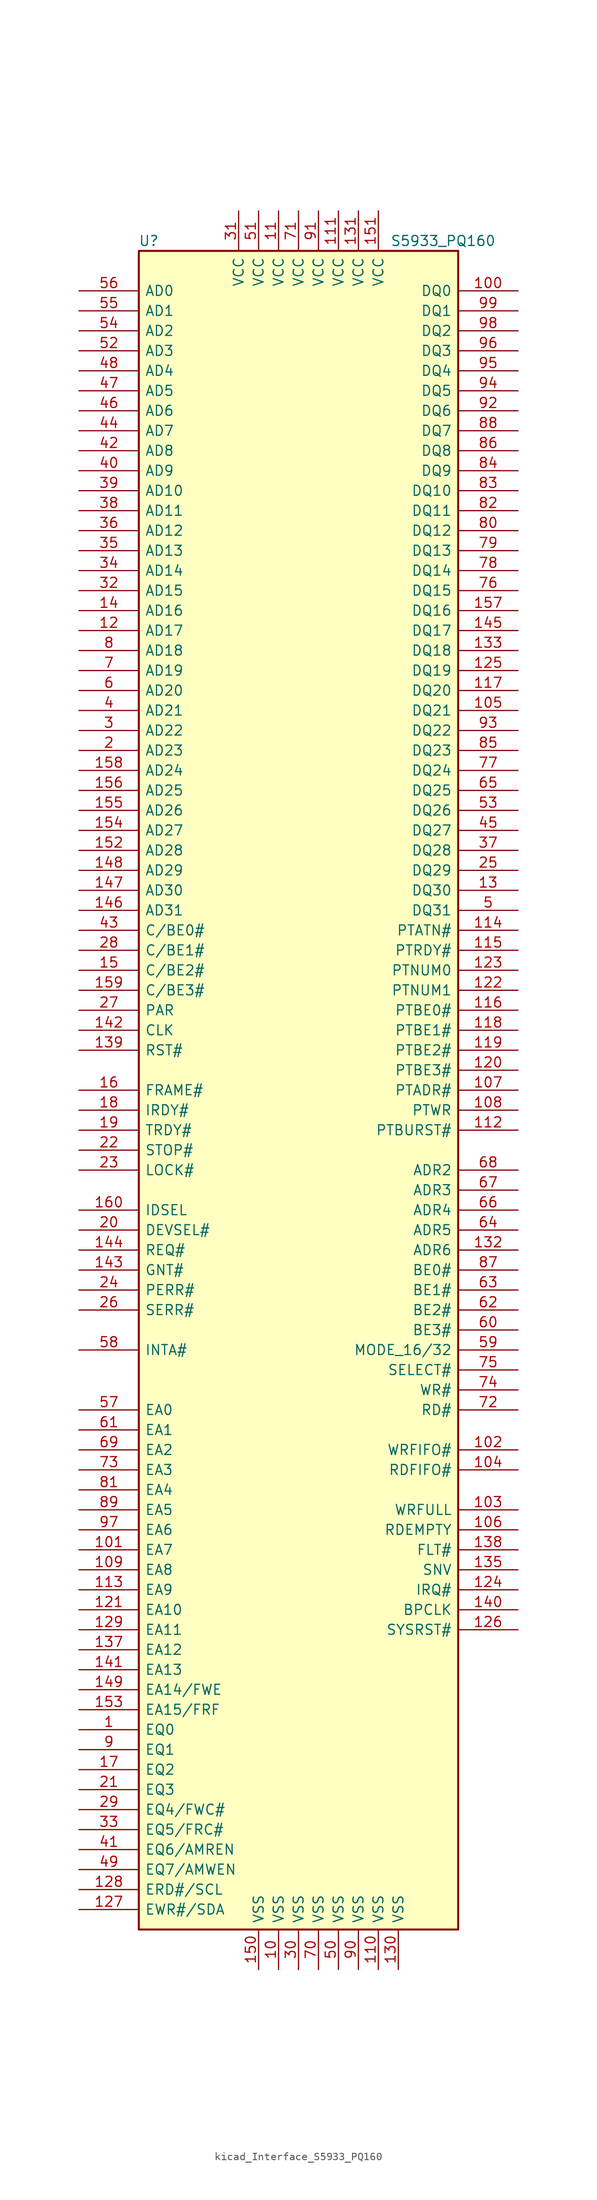
<source format=kicad_sym>
(kicad_symbol_lib
  (version 20220914)
  (generator kicad_symbol_editor)
  (symbol "kicad_Interface_S5933_PQ160"
    (pin_names
      (offset 0.762))
    (property "Reference" "U"
      (at -19.05 107.95 0)
      (effects (font (size 1.27 1.27))))
    (property "Value" "S5933_PQ160"
      (at 11.684 107.95 0)
      (effects (font (size 1.27 1.27)) (justify left)))
    (symbol "kicad_Interface_S5933_PQ160_0_0"
      (pin power_in line (at -2.54 -111.76 90) (length 5.08) (name "VSS" (effects (font (size 1.27 1.27)))) (number "10" (effects (font (size 1.27 1.27)))))
      (pin power_in line (at 10.16 -111.76 90) (length 5.08) (name "VSS" (effects (font (size 1.27 1.27)))) (number "110" (effects (font (size 1.27 1.27)))))
      (pin power_in line (at 5.08 111.76 270) (length 5.08) (name "VCC" (effects (font (size 1.27 1.27)))) (number "111" (effects (font (size 1.27 1.27)))))
      (pin power_in line (at 12.7 -111.76 90) (length 5.08) (name "VSS" (effects (font (size 1.27 1.27)))) (number "130" (effects (font (size 1.27 1.27)))))
      (pin power_in line (at 7.62 111.76 270) (length 5.08) (name "VCC" (effects (font (size 1.27 1.27)))) (number "131" (effects (font (size 1.27 1.27)))))
      (pin power_in line (at -5.08 -111.76 90) (length 5.08) (name "VSS" (effects (font (size 1.27 1.27)))) (number "150" (effects (font (size 1.27 1.27)))))
      (pin power_in line (at 10.16 111.76 270) (length 5.08) (name "VCC" (effects (font (size 1.27 1.27)))) (number "151" (effects (font (size 1.27 1.27)))))
      (pin power_in line (at 0 -111.76 90) (length 5.08) (name "VSS" (effects (font (size 1.27 1.27)))) (number "30" (effects (font (size 1.27 1.27)))))
      (pin power_in line (at -7.62 111.76 270) (length 5.08) (name "VCC" (effects (font (size 1.27 1.27)))) (number "31" (effects (font (size 1.27 1.27)))))
      (pin power_in line (at 5.08 -111.76 90) (length 5.08) (name "VSS" (effects (font (size 1.27 1.27)))) (number "50" (effects (font (size 1.27 1.27)))))
      (pin power_in line (at -5.08 111.76 270) (length 5.08) (name "VCC" (effects (font (size 1.27 1.27)))) (number "51" (effects (font (size 1.27 1.27)))))
      (pin power_in line (at 2.54 -111.76 90) (length 5.08) (name "VSS" (effects (font (size 1.27 1.27)))) (number "70" (effects (font (size 1.27 1.27)))))
      (pin power_in line (at 0 111.76 270) (length 5.08) (name "VCC" (effects (font (size 1.27 1.27)))) (number "71" (effects (font (size 1.27 1.27)))))
      (pin power_in line (at 7.62 -111.76 90) (length 5.08) (name "VSS" (effects (font (size 1.27 1.27)))) (number "90" (effects (font (size 1.27 1.27)))))
      (pin power_in line (at 2.54 111.76 270) (length 5.08) (name "VCC" (effects (font (size 1.27 1.27)))) (number "91" (effects (font (size 1.27 1.27))))))
    (symbol "kicad_Interface_S5933_PQ160_0_1"
      (rectangle (start -20.32 106.68) (end 20.32 -106.68) (stroke (width 0.254) (type default)) (fill (type background))))
    (symbol "kicad_Interface_S5933_PQ160_1_0"
      (pin power_in line (at -2.54 111.76 270) (length 5.08) (name "VCC" (effects (font (size 1.27 1.27)))) (number "11" (effects (font (size 1.27 1.27))))))
    (symbol "kicad_Interface_S5933_PQ160_1_1"
      (pin bidirectional line (at -27.94 -81.28 0) (length 7.62) (name "EQ0" (effects (font (size 1.27 1.27)))) (number "1" (effects (font (size 1.27 1.27)))))
      (pin bidirectional line (at 27.94 101.6 180) (length 7.62) (name "DQ0" (effects (font (size 1.27 1.27)))) (number "100" (effects (font (size 1.27 1.27)))))
      (pin bidirectional line (at -27.94 -58.42 0) (length 7.62) (name "EA7" (effects (font (size 1.27 1.27)))) (number "101" (effects (font (size 1.27 1.27)))))
      (pin input line (at 27.94 -45.72 180) (length 7.62) (name "WRFIFO#" (effects (font (size 1.27 1.27)))) (number "102" (effects (font (size 1.27 1.27)))))
      (pin output line (at 27.94 -53.34 180) (length 7.62) (name "WRFULL" (effects (font (size 1.27 1.27)))) (number "103" (effects (font (size 1.27 1.27)))))
      (pin input line (at 27.94 -48.26 180) (length 7.62) (name "RDFIFO#" (effects (font (size 1.27 1.27)))) (number "104" (effects (font (size 1.27 1.27)))))
      (pin bidirectional line (at 27.94 48.26 180) (length 7.62) (name "DQ21" (effects (font (size 1.27 1.27)))) (number "105" (effects (font (size 1.27 1.27)))))
      (pin output line (at 27.94 -55.88 180) (length 7.62) (name "RDEMPTY" (effects (font (size 1.27 1.27)))) (number "106" (effects (font (size 1.27 1.27)))))
      (pin input line (at 27.94 0 180) (length 7.62) (name "PTADR#" (effects (font (size 1.27 1.27)))) (number "107" (effects (font (size 1.27 1.27)))))
      (pin output line (at 27.94 -2.54 180) (length 7.62) (name "PTWR" (effects (font (size 1.27 1.27)))) (number "108" (effects (font (size 1.27 1.27)))))
      (pin bidirectional line (at -27.94 -60.96 0) (length 7.62) (name "EA8" (effects (font (size 1.27 1.27)))) (number "109" (effects (font (size 1.27 1.27)))))
      (pin output line (at 27.94 -5.08 180) (length 7.62) (name "PTBURST#" (effects (font (size 1.27 1.27)))) (number "112" (effects (font (size 1.27 1.27)))))
      (pin output line (at -27.94 -63.5 0) (length 7.62) (name "EA9" (effects (font (size 1.27 1.27)))) (number "113" (effects (font (size 1.27 1.27)))))
      (pin output line (at 27.94 20.32 180) (length 7.62) (name "PTATN#" (effects (font (size 1.27 1.27)))) (number "114" (effects (font (size 1.27 1.27)))))
      (pin input line (at 27.94 17.78 180) (length 7.62) (name "PTRDY#" (effects (font (size 1.27 1.27)))) (number "115" (effects (font (size 1.27 1.27)))))
      (pin output line (at 27.94 10.16 180) (length 7.62) (name "PTBE0#" (effects (font (size 1.27 1.27)))) (number "116" (effects (font (size 1.27 1.27)))))
      (pin bidirectional line (at 27.94 50.8 180) (length 7.62) (name "DQ20" (effects (font (size 1.27 1.27)))) (number "117" (effects (font (size 1.27 1.27)))))
      (pin output line (at 27.94 7.62 180) (length 7.62) (name "PTBE1#" (effects (font (size 1.27 1.27)))) (number "118" (effects (font (size 1.27 1.27)))))
      (pin output line (at 27.94 5.08 180) (length 7.62) (name "PTBE2#" (effects (font (size 1.27 1.27)))) (number "119" (effects (font (size 1.27 1.27)))))
      (pin bidirectional line (at -27.94 58.42 0) (length 7.62) (name "AD17" (effects (font (size 1.27 1.27)))) (number "12" (effects (font (size 1.27 1.27)))))
      (pin output line (at 27.94 2.54 180) (length 7.62) (name "PTBE3#" (effects (font (size 1.27 1.27)))) (number "120" (effects (font (size 1.27 1.27)))))
      (pin output line (at -27.94 -66.04 0) (length 7.62) (name "EA10" (effects (font (size 1.27 1.27)))) (number "121" (effects (font (size 1.27 1.27)))))
      (pin output line (at 27.94 12.7 180) (length 7.62) (name "PTNUM1" (effects (font (size 1.27 1.27)))) (number "122" (effects (font (size 1.27 1.27)))))
      (pin output line (at 27.94 15.24 180) (length 7.62) (name "PTNUM0" (effects (font (size 1.27 1.27)))) (number "123" (effects (font (size 1.27 1.27)))))
      (pin output line (at 27.94 -63.5 180) (length 7.62) (name "IRQ#" (effects (font (size 1.27 1.27)))) (number "124" (effects (font (size 1.27 1.27)))))
      (pin bidirectional line (at 27.94 53.34 180) (length 7.62) (name "DQ19" (effects (font (size 1.27 1.27)))) (number "125" (effects (font (size 1.27 1.27)))))
      (pin output line (at 27.94 -68.58 180) (length 7.62) (name "SYSRST#" (effects (font (size 1.27 1.27)))) (number "126" (effects (font (size 1.27 1.27)))))
      (pin bidirectional line (at -27.94 -104.14 0) (length 7.62) (name "EWR#/SDA" (effects (font (size 1.27 1.27)))) (number "127" (effects (font (size 1.27 1.27)))))
      (pin output line (at -27.94 -101.6 0) (length 7.62) (name "ERD#/SCL" (effects (font (size 1.27 1.27)))) (number "128" (effects (font (size 1.27 1.27)))))
      (pin output line (at -27.94 -68.58 0) (length 7.62) (name "EA11" (effects (font (size 1.27 1.27)))) (number "129" (effects (font (size 1.27 1.27)))))
      (pin bidirectional line (at 27.94 25.4 180) (length 7.62) (name "DQ30" (effects (font (size 1.27 1.27)))) (number "13" (effects (font (size 1.27 1.27)))))
      (pin input line (at 27.94 -20.32 180) (length 7.62) (name "ADR6" (effects (font (size 1.27 1.27)))) (number "132" (effects (font (size 1.27 1.27)))))
      (pin bidirectional line (at 27.94 55.88 180) (length 7.62) (name "DQ18" (effects (font (size 1.27 1.27)))) (number "133" (effects (font (size 1.27 1.27)))))
      (pin input line (at 27.94 -60.96 180) (length 7.62) (name "SNV" (effects (font (size 1.27 1.27)))) (number "135" (effects (font (size 1.27 1.27)))))
      (pin output line (at -27.94 -71.12 0) (length 7.62) (name "EA12" (effects (font (size 1.27 1.27)))) (number "137" (effects (font (size 1.27 1.27)))))
      (pin input line (at 27.94 -58.42 180) (length 7.62) (name "FLT#" (effects (font (size 1.27 1.27)))) (number "138" (effects (font (size 1.27 1.27)))))
      (pin input line (at -27.94 5.08 0) (length 7.62) (name "RST#" (effects (font (size 1.27 1.27)))) (number "139" (effects (font (size 1.27 1.27)))))
      (pin bidirectional line (at -27.94 60.96 0) (length 7.62) (name "AD16" (effects (font (size 1.27 1.27)))) (number "14" (effects (font (size 1.27 1.27)))))
      (pin output line (at 27.94 -66.04 180) (length 7.62) (name "BPCLK" (effects (font (size 1.27 1.27)))) (number "140" (effects (font (size 1.27 1.27)))))
      (pin output line (at -27.94 -73.66 0) (length 7.62) (name "EA13" (effects (font (size 1.27 1.27)))) (number "141" (effects (font (size 1.27 1.27)))))
      (pin input line (at -27.94 7.62 0) (length 7.62) (name "CLK" (effects (font (size 1.27 1.27)))) (number "142" (effects (font (size 1.27 1.27)))))
      (pin input line (at -27.94 -22.86 0) (length 7.62) (name "GNT#" (effects (font (size 1.27 1.27)))) (number "143" (effects (font (size 1.27 1.27)))))
      (pin output line (at -27.94 -20.32 0) (length 7.62) (name "REQ#" (effects (font (size 1.27 1.27)))) (number "144" (effects (font (size 1.27 1.27)))))
      (pin bidirectional line (at 27.94 58.42 180) (length 7.62) (name "DQ17" (effects (font (size 1.27 1.27)))) (number "145" (effects (font (size 1.27 1.27)))))
      (pin bidirectional line (at -27.94 22.86 0) (length 7.62) (name "AD31" (effects (font (size 1.27 1.27)))) (number "146" (effects (font (size 1.27 1.27)))))
      (pin bidirectional line (at -27.94 25.4 0) (length 7.62) (name "AD30" (effects (font (size 1.27 1.27)))) (number "147" (effects (font (size 1.27 1.27)))))
      (pin bidirectional line (at -27.94 27.94 0) (length 7.62) (name "AD29" (effects (font (size 1.27 1.27)))) (number "148" (effects (font (size 1.27 1.27)))))
      (pin bidirectional line (at -27.94 -76.2 0) (length 7.62) (name "EA14/FWE" (effects (font (size 1.27 1.27)))) (number "149" (effects (font (size 1.27 1.27)))))
      (pin bidirectional line (at -27.94 15.24 0) (length 7.62) (name "C/BE2#" (effects (font (size 1.27 1.27)))) (number "15" (effects (font (size 1.27 1.27)))))
      (pin bidirectional line (at -27.94 30.48 0) (length 7.62) (name "AD28" (effects (font (size 1.27 1.27)))) (number "152" (effects (font (size 1.27 1.27)))))
      (pin bidirectional line (at -27.94 -78.74 0) (length 7.62) (name "EA15/FRF" (effects (font (size 1.27 1.27)))) (number "153" (effects (font (size 1.27 1.27)))))
      (pin bidirectional line (at -27.94 33.02 0) (length 7.62) (name "AD27" (effects (font (size 1.27 1.27)))) (number "154" (effects (font (size 1.27 1.27)))))
      (pin bidirectional line (at -27.94 35.56 0) (length 7.62) (name "AD26" (effects (font (size 1.27 1.27)))) (number "155" (effects (font (size 1.27 1.27)))))
      (pin bidirectional line (at -27.94 38.1 0) (length 7.62) (name "AD25" (effects (font (size 1.27 1.27)))) (number "156" (effects (font (size 1.27 1.27)))))
      (pin bidirectional line (at 27.94 60.96 180) (length 7.62) (name "DQ16" (effects (font (size 1.27 1.27)))) (number "157" (effects (font (size 1.27 1.27)))))
      (pin bidirectional line (at -27.94 40.64 0) (length 7.62) (name "AD24" (effects (font (size 1.27 1.27)))) (number "158" (effects (font (size 1.27 1.27)))))
      (pin bidirectional line (at -27.94 12.7 0) (length 7.62) (name "C/BE3#" (effects (font (size 1.27 1.27)))) (number "159" (effects (font (size 1.27 1.27)))))
      (pin bidirectional line (at -27.94 0 0) (length 7.62) (name "FRAME#" (effects (font (size 1.27 1.27)))) (number "16" (effects (font (size 1.27 1.27)))))
      (pin input line (at -27.94 -15.24 0) (length 7.62) (name "IDSEL" (effects (font (size 1.27 1.27)))) (number "160" (effects (font (size 1.27 1.27)))))
      (pin bidirectional line (at -27.94 -86.36 0) (length 7.62) (name "EQ2" (effects (font (size 1.27 1.27)))) (number "17" (effects (font (size 1.27 1.27)))))
      (pin bidirectional line (at -27.94 -2.54 0) (length 7.62) (name "IRDY#" (effects (font (size 1.27 1.27)))) (number "18" (effects (font (size 1.27 1.27)))))
      (pin bidirectional line (at -27.94 -5.08 0) (length 7.62) (name "TRDY#" (effects (font (size 1.27 1.27)))) (number "19" (effects (font (size 1.27 1.27)))))
      (pin bidirectional line (at -27.94 43.18 0) (length 7.62) (name "AD23" (effects (font (size 1.27 1.27)))) (number "2" (effects (font (size 1.27 1.27)))))
      (pin bidirectional line (at -27.94 -17.78 0) (length 7.62) (name "DEVSEL#" (effects (font (size 1.27 1.27)))) (number "20" (effects (font (size 1.27 1.27)))))
      (pin bidirectional line (at -27.94 -88.9 0) (length 7.62) (name "EQ3" (effects (font (size 1.27 1.27)))) (number "21" (effects (font (size 1.27 1.27)))))
      (pin bidirectional line (at -27.94 -7.62 0) (length 7.62) (name "STOP#" (effects (font (size 1.27 1.27)))) (number "22" (effects (font (size 1.27 1.27)))))
      (pin input line (at -27.94 -10.16 0) (length 7.62) (name "LOCK#" (effects (font (size 1.27 1.27)))) (number "23" (effects (font (size 1.27 1.27)))))
      (pin bidirectional line (at -27.94 -25.4 0) (length 7.62) (name "PERR#" (effects (font (size 1.27 1.27)))) (number "24" (effects (font (size 1.27 1.27)))))
      (pin bidirectional line (at 27.94 27.94 180) (length 7.62) (name "DQ29" (effects (font (size 1.27 1.27)))) (number "25" (effects (font (size 1.27 1.27)))))
      (pin output line (at -27.94 -27.94 0) (length 7.62) (name "SERR#" (effects (font (size 1.27 1.27)))) (number "26" (effects (font (size 1.27 1.27)))))
      (pin bidirectional line (at -27.94 10.16 0) (length 7.62) (name "PAR" (effects (font (size 1.27 1.27)))) (number "27" (effects (font (size 1.27 1.27)))))
      (pin bidirectional line (at -27.94 17.78 0) (length 7.62) (name "C/BE1#" (effects (font (size 1.27 1.27)))) (number "28" (effects (font (size 1.27 1.27)))))
      (pin bidirectional line (at -27.94 -91.44 0) (length 7.62) (name "EQ4/FWC#" (effects (font (size 1.27 1.27)))) (number "29" (effects (font (size 1.27 1.27)))))
      (pin bidirectional line (at -27.94 45.72 0) (length 7.62) (name "AD22" (effects (font (size 1.27 1.27)))) (number "3" (effects (font (size 1.27 1.27)))))
      (pin bidirectional line (at -27.94 63.5 0) (length 7.62) (name "AD15" (effects (font (size 1.27 1.27)))) (number "32" (effects (font (size 1.27 1.27)))))
      (pin bidirectional line (at -27.94 -93.98 0) (length 7.62) (name "EQ5/FRC#" (effects (font (size 1.27 1.27)))) (number "33" (effects (font (size 1.27 1.27)))))
      (pin bidirectional line (at -27.94 66.04 0) (length 7.62) (name "AD14" (effects (font (size 1.27 1.27)))) (number "34" (effects (font (size 1.27 1.27)))))
      (pin bidirectional line (at -27.94 68.58 0) (length 7.62) (name "AD13" (effects (font (size 1.27 1.27)))) (number "35" (effects (font (size 1.27 1.27)))))
      (pin bidirectional line (at -27.94 71.12 0) (length 7.62) (name "AD12" (effects (font (size 1.27 1.27)))) (number "36" (effects (font (size 1.27 1.27)))))
      (pin bidirectional line (at 27.94 30.48 180) (length 7.62) (name "DQ28" (effects (font (size 1.27 1.27)))) (number "37" (effects (font (size 1.27 1.27)))))
      (pin bidirectional line (at -27.94 73.66 0) (length 7.62) (name "AD11" (effects (font (size 1.27 1.27)))) (number "38" (effects (font (size 1.27 1.27)))))
      (pin bidirectional line (at -27.94 76.2 0) (length 7.62) (name "AD10" (effects (font (size 1.27 1.27)))) (number "39" (effects (font (size 1.27 1.27)))))
      (pin bidirectional line (at -27.94 48.26 0) (length 7.62) (name "AD21" (effects (font (size 1.27 1.27)))) (number "4" (effects (font (size 1.27 1.27)))))
      (pin bidirectional line (at -27.94 78.74 0) (length 7.62) (name "AD9" (effects (font (size 1.27 1.27)))) (number "40" (effects (font (size 1.27 1.27)))))
      (pin bidirectional line (at -27.94 -96.52 0) (length 7.62) (name "EQ6/AMREN" (effects (font (size 1.27 1.27)))) (number "41" (effects (font (size 1.27 1.27)))))
      (pin bidirectional line (at -27.94 81.28 0) (length 7.62) (name "AD8" (effects (font (size 1.27 1.27)))) (number "42" (effects (font (size 1.27 1.27)))))
      (pin bidirectional line (at -27.94 20.32 0) (length 7.62) (name "C/BE0#" (effects (font (size 1.27 1.27)))) (number "43" (effects (font (size 1.27 1.27)))))
      (pin bidirectional line (at -27.94 83.82 0) (length 7.62) (name "AD7" (effects (font (size 1.27 1.27)))) (number "44" (effects (font (size 1.27 1.27)))))
      (pin bidirectional line (at 27.94 33.02 180) (length 7.62) (name "DQ27" (effects (font (size 1.27 1.27)))) (number "45" (effects (font (size 1.27 1.27)))))
      (pin bidirectional line (at -27.94 86.36 0) (length 7.62) (name "AD6" (effects (font (size 1.27 1.27)))) (number "46" (effects (font (size 1.27 1.27)))))
      (pin bidirectional line (at -27.94 88.9 0) (length 7.62) (name "AD5" (effects (font (size 1.27 1.27)))) (number "47" (effects (font (size 1.27 1.27)))))
      (pin bidirectional line (at -27.94 91.44 0) (length 7.62) (name "AD4" (effects (font (size 1.27 1.27)))) (number "48" (effects (font (size 1.27 1.27)))))
      (pin bidirectional line (at -27.94 -99.06 0) (length 7.62) (name "EQ7/AMWEN" (effects (font (size 1.27 1.27)))) (number "49" (effects (font (size 1.27 1.27)))))
      (pin bidirectional line (at 27.94 22.86 180) (length 7.62) (name "DQ31" (effects (font (size 1.27 1.27)))) (number "5" (effects (font (size 1.27 1.27)))))
      (pin bidirectional line (at -27.94 93.98 0) (length 7.62) (name "AD3" (effects (font (size 1.27 1.27)))) (number "52" (effects (font (size 1.27 1.27)))))
      (pin bidirectional line (at 27.94 35.56 180) (length 7.62) (name "DQ26" (effects (font (size 1.27 1.27)))) (number "53" (effects (font (size 1.27 1.27)))))
      (pin bidirectional line (at -27.94 96.52 0) (length 7.62) (name "AD2" (effects (font (size 1.27 1.27)))) (number "54" (effects (font (size 1.27 1.27)))))
      (pin bidirectional line (at -27.94 99.06 0) (length 7.62) (name "AD1" (effects (font (size 1.27 1.27)))) (number "55" (effects (font (size 1.27 1.27)))))
      (pin bidirectional line (at -27.94 101.6 0) (length 7.62) (name "AD0" (effects (font (size 1.27 1.27)))) (number "56" (effects (font (size 1.27 1.27)))))
      (pin bidirectional line (at -27.94 -40.64 0) (length 7.62) (name "EA0" (effects (font (size 1.27 1.27)))) (number "57" (effects (font (size 1.27 1.27)))))
      (pin output line (at -27.94 -33.02 0) (length 7.62) (name "INTA#" (effects (font (size 1.27 1.27)))) (number "58" (effects (font (size 1.27 1.27)))))
      (pin input line (at 27.94 -33.02 180) (length 7.62) (name "MODE_16/32" (effects (font (size 1.27 1.27)))) (number "59" (effects (font (size 1.27 1.27)))))
      (pin bidirectional line (at -27.94 50.8 0) (length 7.62) (name "AD20" (effects (font (size 1.27 1.27)))) (number "6" (effects (font (size 1.27 1.27)))))
      (pin input line (at 27.94 -30.48 180) (length 7.62) (name "BE3#" (effects (font (size 1.27 1.27)))) (number "60" (effects (font (size 1.27 1.27)))))
      (pin bidirectional line (at -27.94 -43.18 0) (length 7.62) (name "EA1" (effects (font (size 1.27 1.27)))) (number "61" (effects (font (size 1.27 1.27)))))
      (pin input line (at 27.94 -27.94 180) (length 7.62) (name "BE2#" (effects (font (size 1.27 1.27)))) (number "62" (effects (font (size 1.27 1.27)))))
      (pin input line (at 27.94 -25.4 180) (length 7.62) (name "BE1#" (effects (font (size 1.27 1.27)))) (number "63" (effects (font (size 1.27 1.27)))))
      (pin input line (at 27.94 -17.78 180) (length 7.62) (name "ADR5" (effects (font (size 1.27 1.27)))) (number "64" (effects (font (size 1.27 1.27)))))
      (pin bidirectional line (at 27.94 38.1 180) (length 7.62) (name "DQ25" (effects (font (size 1.27 1.27)))) (number "65" (effects (font (size 1.27 1.27)))))
      (pin input line (at 27.94 -15.24 180) (length 7.62) (name "ADR4" (effects (font (size 1.27 1.27)))) (number "66" (effects (font (size 1.27 1.27)))))
      (pin input line (at 27.94 -12.7 180) (length 7.62) (name "ADR3" (effects (font (size 1.27 1.27)))) (number "67" (effects (font (size 1.27 1.27)))))
      (pin input line (at 27.94 -10.16 180) (length 7.62) (name "ADR2" (effects (font (size 1.27 1.27)))) (number "68" (effects (font (size 1.27 1.27)))))
      (pin bidirectional line (at -27.94 -45.72 0) (length 7.62) (name "EA2" (effects (font (size 1.27 1.27)))) (number "69" (effects (font (size 1.27 1.27)))))
      (pin bidirectional line (at -27.94 53.34 0) (length 7.62) (name "AD19" (effects (font (size 1.27 1.27)))) (number "7" (effects (font (size 1.27 1.27)))))
      (pin input line (at 27.94 -40.64 180) (length 7.62) (name "RD#" (effects (font (size 1.27 1.27)))) (number "72" (effects (font (size 1.27 1.27)))))
      (pin bidirectional line (at -27.94 -48.26 0) (length 7.62) (name "EA3" (effects (font (size 1.27 1.27)))) (number "73" (effects (font (size 1.27 1.27)))))
      (pin input line (at 27.94 -38.1 180) (length 7.62) (name "WR#" (effects (font (size 1.27 1.27)))) (number "74" (effects (font (size 1.27 1.27)))))
      (pin input line (at 27.94 -35.56 180) (length 7.62) (name "SELECT#" (effects (font (size 1.27 1.27)))) (number "75" (effects (font (size 1.27 1.27)))))
      (pin bidirectional line (at 27.94 63.5 180) (length 7.62) (name "DQ15" (effects (font (size 1.27 1.27)))) (number "76" (effects (font (size 1.27 1.27)))))
      (pin bidirectional line (at 27.94 40.64 180) (length 7.62) (name "DQ24" (effects (font (size 1.27 1.27)))) (number "77" (effects (font (size 1.27 1.27)))))
      (pin bidirectional line (at 27.94 66.04 180) (length 7.62) (name "DQ14" (effects (font (size 1.27 1.27)))) (number "78" (effects (font (size 1.27 1.27)))))
      (pin bidirectional line (at 27.94 68.58 180) (length 7.62) (name "DQ13" (effects (font (size 1.27 1.27)))) (number "79" (effects (font (size 1.27 1.27)))))
      (pin bidirectional line (at -27.94 55.88 0) (length 7.62) (name "AD18" (effects (font (size 1.27 1.27)))) (number "8" (effects (font (size 1.27 1.27)))))
      (pin bidirectional line (at 27.94 71.12 180) (length 7.62) (name "DQ12" (effects (font (size 1.27 1.27)))) (number "80" (effects (font (size 1.27 1.27)))))
      (pin bidirectional line (at -27.94 -50.8 0) (length 7.62) (name "EA4" (effects (font (size 1.27 1.27)))) (number "81" (effects (font (size 1.27 1.27)))))
      (pin bidirectional line (at 27.94 73.66 180) (length 7.62) (name "DQ11" (effects (font (size 1.27 1.27)))) (number "82" (effects (font (size 1.27 1.27)))))
      (pin bidirectional line (at 27.94 76.2 180) (length 7.62) (name "DQ10" (effects (font (size 1.27 1.27)))) (number "83" (effects (font (size 1.27 1.27)))))
      (pin bidirectional line (at 27.94 78.74 180) (length 7.62) (name "DQ9" (effects (font (size 1.27 1.27)))) (number "84" (effects (font (size 1.27 1.27)))))
      (pin bidirectional line (at 27.94 43.18 180) (length 7.62) (name "DQ23" (effects (font (size 1.27 1.27)))) (number "85" (effects (font (size 1.27 1.27)))))
      (pin bidirectional line (at 27.94 81.28 180) (length 7.62) (name "DQ8" (effects (font (size 1.27 1.27)))) (number "86" (effects (font (size 1.27 1.27)))))
      (pin input line (at 27.94 -22.86 180) (length 7.62) (name "BE0#" (effects (font (size 1.27 1.27)))) (number "87" (effects (font (size 1.27 1.27)))))
      (pin bidirectional line (at 27.94 83.82 180) (length 7.62) (name "DQ7" (effects (font (size 1.27 1.27)))) (number "88" (effects (font (size 1.27 1.27)))))
      (pin bidirectional line (at -27.94 -53.34 0) (length 7.62) (name "EA5" (effects (font (size 1.27 1.27)))) (number "89" (effects (font (size 1.27 1.27)))))
      (pin bidirectional line (at -27.94 -83.82 0) (length 7.62) (name "EQ1" (effects (font (size 1.27 1.27)))) (number "9" (effects (font (size 1.27 1.27)))))
      (pin bidirectional line (at 27.94 86.36 180) (length 7.62) (name "DQ6" (effects (font (size 1.27 1.27)))) (number "92" (effects (font (size 1.27 1.27)))))
      (pin bidirectional line (at 27.94 45.72 180) (length 7.62) (name "DQ22" (effects (font (size 1.27 1.27)))) (number "93" (effects (font (size 1.27 1.27)))))
      (pin bidirectional line (at 27.94 88.9 180) (length 7.62) (name "DQ5" (effects (font (size 1.27 1.27)))) (number "94" (effects (font (size 1.27 1.27)))))
      (pin bidirectional line (at 27.94 91.44 180) (length 7.62) (name "DQ4" (effects (font (size 1.27 1.27)))) (number "95" (effects (font (size 1.27 1.27)))))
      (pin bidirectional line (at 27.94 93.98 180) (length 7.62) (name "DQ3" (effects (font (size 1.27 1.27)))) (number "96" (effects (font (size 1.27 1.27)))))
      (pin bidirectional line (at -27.94 -55.88 0) (length 7.62) (name "EA6" (effects (font (size 1.27 1.27)))) (number "97" (effects (font (size 1.27 1.27)))))
      (pin bidirectional line (at 27.94 96.52 180) (length 7.62) (name "DQ2" (effects (font (size 1.27 1.27)))) (number "98" (effects (font (size 1.27 1.27)))))
      (pin bidirectional line (at 27.94 99.06 180) (length 7.62) (name "DQ1" (effects (font (size 1.27 1.27)))) (number "99" (effects (font (size 1.27 1.27))))))))
</source>
